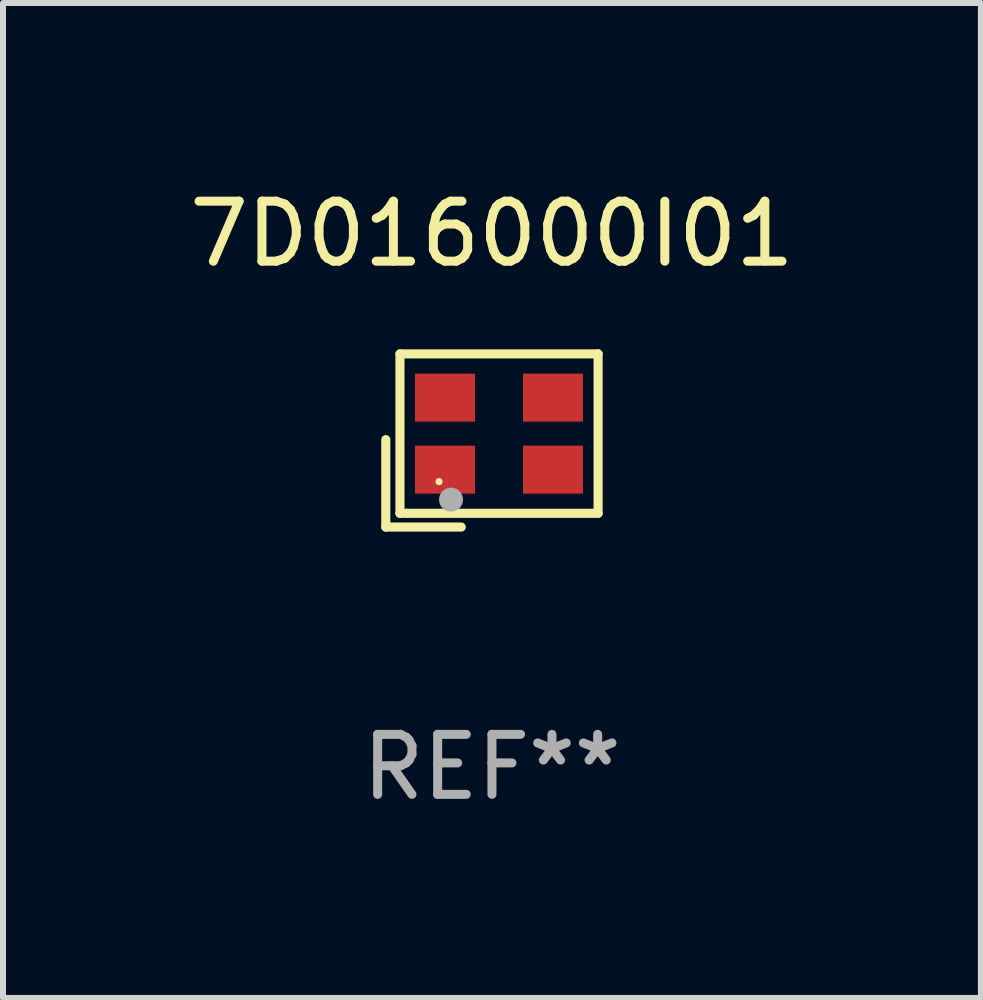
<source format=kicad_pcb>
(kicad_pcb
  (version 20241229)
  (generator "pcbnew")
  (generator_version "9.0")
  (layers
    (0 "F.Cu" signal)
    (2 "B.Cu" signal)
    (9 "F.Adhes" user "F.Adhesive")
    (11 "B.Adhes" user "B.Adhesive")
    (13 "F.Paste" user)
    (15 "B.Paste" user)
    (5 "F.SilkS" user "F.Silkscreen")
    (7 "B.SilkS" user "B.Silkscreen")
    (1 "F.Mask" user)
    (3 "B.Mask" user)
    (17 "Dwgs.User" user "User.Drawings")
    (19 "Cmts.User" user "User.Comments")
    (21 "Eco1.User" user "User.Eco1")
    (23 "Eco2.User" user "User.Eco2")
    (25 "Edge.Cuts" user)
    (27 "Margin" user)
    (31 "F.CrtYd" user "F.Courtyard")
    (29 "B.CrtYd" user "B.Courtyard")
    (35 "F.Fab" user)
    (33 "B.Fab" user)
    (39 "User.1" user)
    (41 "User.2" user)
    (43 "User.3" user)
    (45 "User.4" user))
  (footprint "7D016000I01"
    (layer "F.Cu")
    (at 5.149 4.291)
    (property "Reference" "7D016000I01" (at 0 -3.443 0) (layer "F.SilkS") (effects (font (size 1 1) (thickness 0.15))))
    (attr through_hole)
    (fp_line (start -1.769 -0.014) (end -1.769 1.443) (stroke (width 0.152) (type solid)) (layer "F.SilkS"))
    (fp_line (start -1.769 1.443) (end -0.512 1.443) (stroke (width 0.152) (type solid)) (layer "F.SilkS"))
    (fp_line (start -1.533 -1.443) (end 1.769 -1.443) (stroke (width 0.152) (type solid)) (layer "F.SilkS"))
    (fp_line (start -1.533 1.214) (end -1.533 -1.443) (stroke (width 0.152) (type solid)) (layer "F.SilkS"))
    (fp_line (start -1.411 1.214) (end -1.533 1.214) (stroke (width 0.152) (type solid)) (layer "F.SilkS"))
    (fp_line (start 1.769 -1.443) (end 1.769 1.214) (stroke (width 0.152) (type solid)) (layer "F.SilkS"))
    (fp_line (start 1.769 1.214) (end -1.411 1.214) (stroke (width 0.152) (type solid)) (layer "F.SilkS"))
    (fp_circle (center -0.882 0.686) (end -0.852 0.686) (stroke (width 0.06) (type solid)) (fill no) (layer "F.SilkS"))
    (fp_circle (center -0.682 0.986) (end -0.582 0.986) (stroke (width 0.2) (type solid)) (fill no) (layer "F.Fab"))
    (fp_text user "REF**" (at 0 5.443 0) (layer "F.Fab") (effects (font (size 1 1) (thickness 0.15))))
    (pad "1" smd rect (at -0.782 0.486 90) (size 0.8 1) (layers "F.Cu" "F.Mask" "F.Paste"))
    (pad "2" smd rect (at 1.018 0.486 90) (size 0.8 1) (layers "F.Cu" "F.Mask" "F.Paste"))
    (pad "3" smd rect (at 1.018 -0.714 90) (size 0.8 1) (layers "F.Cu" "F.Mask" "F.Paste"))
    (pad "4" smd rect (at -0.782 -0.714 90) (size 0.8 1) (layers "F.Cu" "F.Mask" "F.Paste")))
  (gr_rect
    (start -3 -3)
    (end 13.298 13.582)
    (stroke (width 0.1) (type default))
    (fill no)
    (layer "Edge.Cuts")))
</source>
